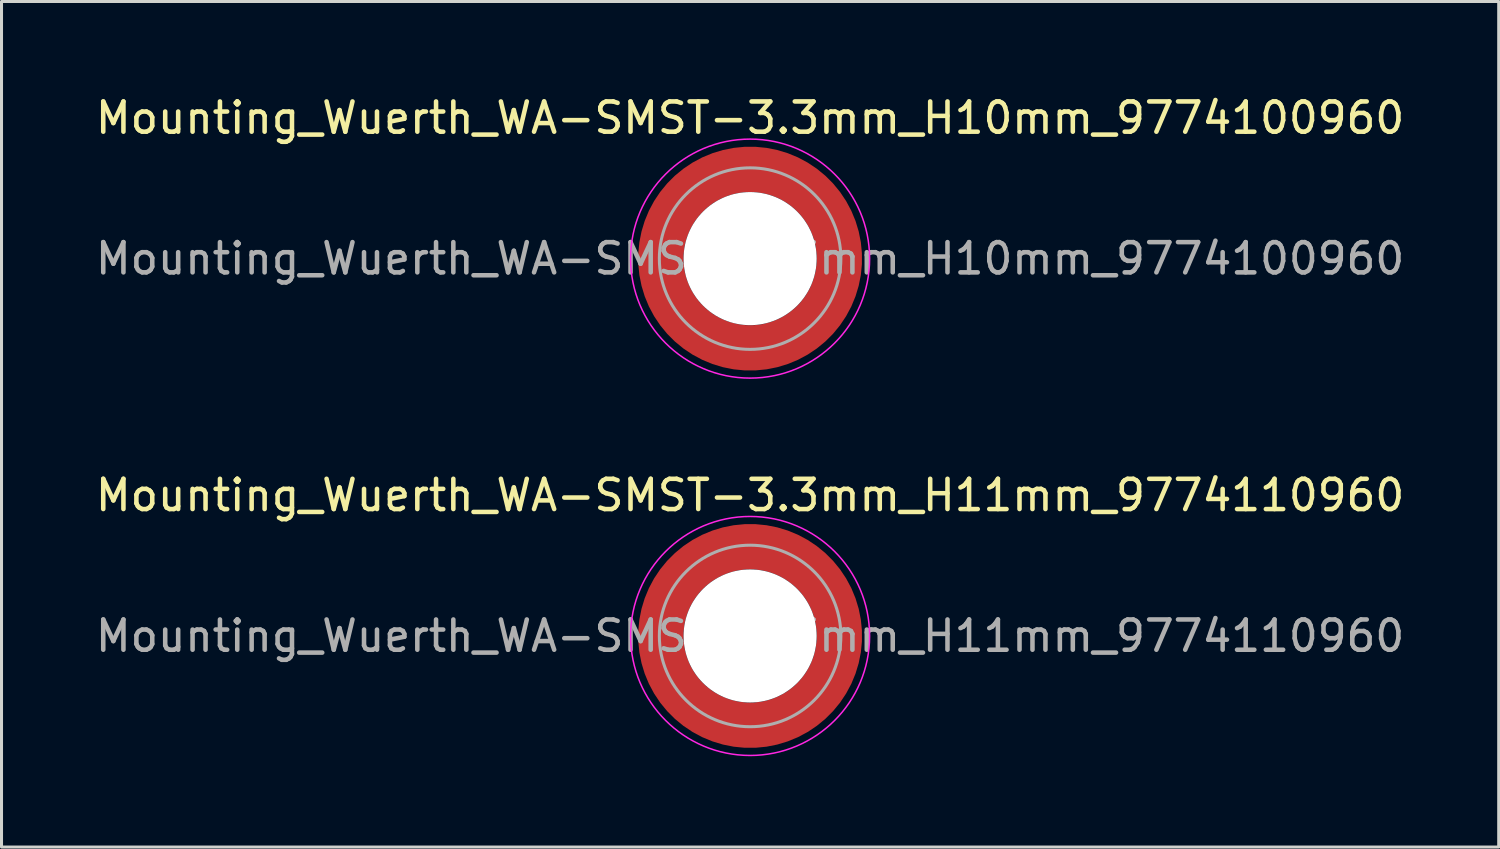
<source format=kicad_pcb>
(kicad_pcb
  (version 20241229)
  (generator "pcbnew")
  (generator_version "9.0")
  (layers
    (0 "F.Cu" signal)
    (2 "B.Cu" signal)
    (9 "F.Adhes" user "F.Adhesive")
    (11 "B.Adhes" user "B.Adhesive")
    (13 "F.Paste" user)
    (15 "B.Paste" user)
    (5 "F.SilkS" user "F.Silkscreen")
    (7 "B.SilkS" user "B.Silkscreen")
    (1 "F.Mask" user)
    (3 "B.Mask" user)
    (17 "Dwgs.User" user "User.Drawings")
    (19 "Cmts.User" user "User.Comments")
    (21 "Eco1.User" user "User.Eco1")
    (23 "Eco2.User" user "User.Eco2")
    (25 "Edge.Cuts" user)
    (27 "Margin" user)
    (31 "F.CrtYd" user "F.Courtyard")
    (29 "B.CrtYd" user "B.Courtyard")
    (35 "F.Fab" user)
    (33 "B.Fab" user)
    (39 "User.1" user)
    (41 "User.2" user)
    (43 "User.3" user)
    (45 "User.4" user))
  (footprint "Mounting_Wuerth_WA-SMST-3.3mm_H11mm_9774110960"
    (layer "F.Cu")
    (at 21.744 17.971)
    (property "Reference" "Mounting_Wuerth_WA-SMST-3.3mm_H11mm_9774110960" (at 0 -4.65 0) (layer "F.SilkS") (effects (font (size 1 1) (thickness 0.15))))
    (attr smd)
    (fp_circle (center 0 0) (end 3.95 0) (stroke (width 0.05) (type solid)) (fill no) (layer "F.CrtYd"))
    (fp_circle (center 0 0) (end 3 0) (stroke (width 0.1) (type solid)) (fill no) (layer "F.Fab"))
    (fp_text user "${REFERENCE}" (at 0 0 0) (layer "F.Fab") (effects (font (size 1 1) (thickness 0.15))))
    (pad "" smd custom (at -2.058 -2.058) (size 0.7 0.7) (layers "F.Paste") (options (anchor circle)) (primitives (gr_arc (start -0.377294 1.707681) (mid 0.317578 0.318817) (end 1.705947 -0.377044) (width 0.2)) (gr_arc (start -0.478281 1.707681) (mid 0.246161 0.248814) (end 1.703965 -0.477765) (width 0.2)) (gr_arc (start -0.579192 1.707681) (mid 0.175492 0.178063) (end 1.704077 -0.578711) (width 0.2)) (gr_arc (start -0.680037 1.707681) (mid 0.105568 0.106564) (end 1.706284 -0.679858) (width 0.2)) (gr_arc (start -0.780822 1.707681) (mid 0.034627 0.036085) (end 1.705634 -0.780569) (width 0.2)) (gr_arc (start -0.881554 1.707681) (mid -0.035694 -0.035016) (end 1.706729 -0.881441) (width 0.2)) (gr_arc (start -0.982237 1.707681) (mid -0.107281 -0.10485) (end 1.704266 -0.981843) (width 0.2)) (gr_arc (start -1.082877 1.707681) (mid -0.178372 -0.175181) (end 1.703197 -1.082374) (width 0.2)) (gr_arc (start -1.183476 1.707681) (mid -0.248964 -0.246008) (end 1.703525 -1.183025) (width 0.2)) (gr_arc (start -1.28404 1.707681) (mid -0.319062 -0.317334) (end 1.70525 -1.283784) (width 0.2)) (gr_line (start 1.708 -0.377) (end 1.708 -1.284) (width 0.2)) (gr_line (start -0.377 1.708) (end -1.284 1.708) (width 0.2))))
    (pad "" smd custom (at -2.058 2.058) (size 0.7 0.7) (layers "F.Paste") (options (anchor circle)) (primitives (gr_arc (start 1.707681 0.377294) (mid 0.318817 -0.317578) (end -0.377044 -1.705947) (width 0.2)) (gr_arc (start 1.707681 0.478281) (mid 0.248814 -0.246161) (end -0.477765 -1.703965) (width 0.2)) (gr_arc (start 1.707681 0.579192) (mid 0.178063 -0.175492) (end -0.578711 -1.704077) (width 0.2)) (gr_arc (start 1.707681 0.680037) (mid 0.106564 -0.105568) (end -0.679858 -1.706284) (width 0.2)) (gr_arc (start 1.707681 0.780822) (mid 0.036085 -0.034626) (end -0.780569 -1.705634) (width 0.2)) (gr_arc (start 1.707681 0.881554) (mid -0.035016 0.035694) (end -0.881441 -1.706729) (width 0.2)) (gr_arc (start 1.707681 0.982237) (mid -0.10485 0.107281) (end -0.981842 -1.704266) (width 0.2)) (gr_arc (start 1.707681 1.082877) (mid -0.175181 0.178372) (end -1.082374 -1.703197) (width 0.2)) (gr_arc (start 1.707681 1.183476) (mid -0.246008 0.248964) (end -1.183025 -1.703525) (width 0.2)) (gr_arc (start 1.707681 1.28404) (mid -0.317334 0.319062) (end -1.283784 -1.70525) (width 0.2)) (gr_line (start -0.377 -1.708) (end -1.284 -1.708) (width 0.2)) (gr_line (start 1.708 0.377) (end 1.708 1.284) (width 0.2))))
    (pad "" np_thru_hole circle (at 0 0) (size 4.4 4.4) (drill 4.4) (layers "*.Cu" "*.Mask"))
    (pad "" smd custom (at 2.058 -2.058) (size 0.7 0.7) (layers "F.Paste") (options (anchor circle)) (primitives (gr_arc (start -1.707681 -0.377294) (mid -0.318817 0.317579) (end 0.377044 1.705947) (width 0.2)) (gr_arc (start -1.707681 -0.478281) (mid -0.248814 0.246161) (end 0.477765 1.703965) (width 0.2)) (gr_arc (start -1.707681 -0.579192) (mid -0.178063 0.175492) (end 0.578711 1.704077) (width 0.2)) (gr_arc (start -1.707681 -0.680037) (mid -0.106564 0.105568) (end 0.679858 1.706284) (width 0.2)) (gr_arc (start -1.707681 -0.780822) (mid -0.036085 0.034627) (end 0.780569 1.705634) (width 0.2)) (gr_arc (start -1.707681 -0.881554) (mid 0.035016 -0.035694) (end 0.881441 1.706729) (width 0.2)) (gr_arc (start -1.707681 -0.982237) (mid 0.10485 -0.107281) (end 0.981843 1.704266) (width 0.2)) (gr_arc (start -1.707681 -1.082877) (mid 0.175181 -0.178372) (end 1.082374 1.703197) (width 0.2)) (gr_arc (start -1.707681 -1.183476) (mid 0.246008 -0.248964) (end 1.183025 1.703525) (width 0.2)) (gr_arc (start -1.707681 -1.28404) (mid 0.317333 -0.319062) (end 1.283784 1.70525) (width 0.2)) (gr_line (start 0.377 1.708) (end 1.284 1.708) (width 0.2)) (gr_line (start -1.708 -0.377) (end -1.708 -1.284) (width 0.2))))
    (pad "" smd custom (at 2.058 2.058) (size 0.7 0.7) (layers "F.Paste") (options (anchor circle)) (primitives (gr_arc (start 0.377294 -1.707681) (mid -0.317579 -0.318817) (end -1.705947 0.377044) (width 0.2)) (gr_arc (start 0.478281 -1.707681) (mid -0.246161 -0.248814) (end -1.703965 0.477765) (width 0.2)) (gr_arc (start 0.579192 -1.707681) (mid -0.175492 -0.178063) (end -1.704077 0.578711) (width 0.2)) (gr_arc (start 0.680037 -1.707681) (mid -0.105568 -0.106564) (end -1.706284 0.679858) (width 0.2)) (gr_arc (start 0.780822 -1.707681) (mid -0.034627 -0.036085) (end -1.705634 0.780569) (width 0.2)) (gr_arc (start 0.881554 -1.707681) (mid 0.035694 0.035016) (end -1.706729 0.881441) (width 0.2)) (gr_arc (start 0.982237 -1.707681) (mid 0.107281 0.10485) (end -1.704266 0.981843) (width 0.2)) (gr_arc (start 1.082877 -1.707681) (mid 0.178372 0.175181) (end -1.703197 1.082374) (width 0.2)) (gr_arc (start 1.183476 -1.707681) (mid 0.248964 0.246008) (end -1.703525 1.183025) (width 0.2)) (gr_arc (start 1.28404 -1.707681) (mid 0.319062 0.317333) (end -1.70525 1.283784) (width 0.2)) (gr_line (start -1.708 0.377) (end -1.708 1.284) (width 0.2)) (gr_line (start 0.377 -1.708) (end 1.284 -1.708) (width 0.2))))
    (pad "1" smd circle (at -2.95 0) (size 1.1 1.1) (layers "F.Cu"))
    (pad "1" smd circle (at 0 -2.95) (size 1.1 1.1) (layers "F.Cu"))
    (pad "1" smd circle (at 0 2.95) (size 1.1 1.1) (layers "F.Cu"))
    (pad "1" smd custom (at 2.95 0) (size 1.1 1.1) (layers "F.Cu" "F.Mask") (options (anchor circle)) (primitives (gr_circle (center -2.95 0) (end 0 0) (width 1.5) (fill no)))))
  (footprint "Mounting_Wuerth_WA-SMST-3.3mm_H10mm_9774100960"
    (layer "F.Cu")
    (at 21.744 5.498)
    (property "Reference" "Mounting_Wuerth_WA-SMST-3.3mm_H10mm_9774100960" (at 0 -4.65 0) (layer "F.SilkS") (effects (font (size 1 1) (thickness 0.15))))
    (attr smd)
    (fp_circle (center 0 0) (end 3.95 0) (stroke (width 0.05) (type solid)) (fill no) (layer "F.CrtYd"))
    (fp_circle (center 0 0) (end 3 0) (stroke (width 0.1) (type solid)) (fill no) (layer "F.Fab"))
    (fp_text user "${REFERENCE}" (at 0 0 0) (layer "F.Fab") (effects (font (size 1 1) (thickness 0.15))))
    (pad "" smd custom (at -2.058 -2.058) (size 0.7 0.7) (layers "F.Paste") (options (anchor circle)) (primitives (gr_arc (start -0.377294 1.707681) (mid 0.317578 0.318817) (end 1.705947 -0.377044) (width 0.2)) (gr_arc (start -0.478281 1.707681) (mid 0.246161 0.248814) (end 1.703965 -0.477765) (width 0.2)) (gr_arc (start -0.579192 1.707681) (mid 0.175492 0.178063) (end 1.704077 -0.578711) (width 0.2)) (gr_arc (start -0.680037 1.707681) (mid 0.105568 0.106564) (end 1.706284 -0.679858) (width 0.2)) (gr_arc (start -0.780822 1.707681) (mid 0.034627 0.036085) (end 1.705634 -0.780569) (width 0.2)) (gr_arc (start -0.881554 1.707681) (mid -0.035694 -0.035016) (end 1.706729 -0.881441) (width 0.2)) (gr_arc (start -0.982237 1.707681) (mid -0.107281 -0.10485) (end 1.704266 -0.981843) (width 0.2)) (gr_arc (start -1.082877 1.707681) (mid -0.178372 -0.175181) (end 1.703197 -1.082374) (width 0.2)) (gr_arc (start -1.183476 1.707681) (mid -0.248964 -0.246008) (end 1.703525 -1.183025) (width 0.2)) (gr_arc (start -1.28404 1.707681) (mid -0.319062 -0.317334) (end 1.70525 -1.283784) (width 0.2)) (gr_line (start 1.708 -0.377) (end 1.708 -1.284) (width 0.2)) (gr_line (start -0.377 1.708) (end -1.284 1.708) (width 0.2))))
    (pad "" smd custom (at -2.058 2.058) (size 0.7 0.7) (layers "F.Paste") (options (anchor circle)) (primitives (gr_arc (start 1.707681 0.377294) (mid 0.318817 -0.317578) (end -0.377044 -1.705947) (width 0.2)) (gr_arc (start 1.707681 0.478281) (mid 0.248814 -0.246161) (end -0.477765 -1.703965) (width 0.2)) (gr_arc (start 1.707681 0.579192) (mid 0.178063 -0.175492) (end -0.578711 -1.704077) (width 0.2)) (gr_arc (start 1.707681 0.680037) (mid 0.106564 -0.105568) (end -0.679858 -1.706284) (width 0.2)) (gr_arc (start 1.707681 0.780822) (mid 0.036085 -0.034626) (end -0.780569 -1.705634) (width 0.2)) (gr_arc (start 1.707681 0.881554) (mid -0.035016 0.035694) (end -0.881441 -1.706729) (width 0.2)) (gr_arc (start 1.707681 0.982237) (mid -0.10485 0.107281) (end -0.981842 -1.704266) (width 0.2)) (gr_arc (start 1.707681 1.082877) (mid -0.175181 0.178372) (end -1.082374 -1.703197) (width 0.2)) (gr_arc (start 1.707681 1.183476) (mid -0.246008 0.248964) (end -1.183025 -1.703525) (width 0.2)) (gr_arc (start 1.707681 1.28404) (mid -0.317334 0.319062) (end -1.283784 -1.70525) (width 0.2)) (gr_line (start -0.377 -1.708) (end -1.284 -1.708) (width 0.2)) (gr_line (start 1.708 0.377) (end 1.708 1.284) (width 0.2))))
    (pad "" np_thru_hole circle (at 0 0) (size 4.4 4.4) (drill 4.4) (layers "*.Cu" "*.Mask"))
    (pad "" smd custom (at 2.058 -2.058) (size 0.7 0.7) (layers "F.Paste") (options (anchor circle)) (primitives (gr_arc (start -1.707681 -0.377294) (mid -0.318817 0.317579) (end 0.377044 1.705947) (width 0.2)) (gr_arc (start -1.707681 -0.478281) (mid -0.248814 0.246161) (end 0.477765 1.703965) (width 0.2)) (gr_arc (start -1.707681 -0.579192) (mid -0.178063 0.175492) (end 0.578711 1.704077) (width 0.2)) (gr_arc (start -1.707681 -0.680037) (mid -0.106564 0.105568) (end 0.679858 1.706284) (width 0.2)) (gr_arc (start -1.707681 -0.780822) (mid -0.036085 0.034627) (end 0.780569 1.705634) (width 0.2)) (gr_arc (start -1.707681 -0.881554) (mid 0.035016 -0.035694) (end 0.881441 1.706729) (width 0.2)) (gr_arc (start -1.707681 -0.982237) (mid 0.10485 -0.107281) (end 0.981843 1.704266) (width 0.2)) (gr_arc (start -1.707681 -1.082877) (mid 0.175181 -0.178372) (end 1.082374 1.703197) (width 0.2)) (gr_arc (start -1.707681 -1.183476) (mid 0.246008 -0.248964) (end 1.183025 1.703525) (width 0.2)) (gr_arc (start -1.707681 -1.28404) (mid 0.317333 -0.319062) (end 1.283784 1.70525) (width 0.2)) (gr_line (start 0.377 1.708) (end 1.284 1.708) (width 0.2)) (gr_line (start -1.708 -0.377) (end -1.708 -1.284) (width 0.2))))
    (pad "" smd custom (at 2.058 2.058) (size 0.7 0.7) (layers "F.Paste") (options (anchor circle)) (primitives (gr_arc (start 0.377294 -1.707681) (mid -0.317579 -0.318817) (end -1.705947 0.377044) (width 0.2)) (gr_arc (start 0.478281 -1.707681) (mid -0.246161 -0.248814) (end -1.703965 0.477765) (width 0.2)) (gr_arc (start 0.579192 -1.707681) (mid -0.175492 -0.178063) (end -1.704077 0.578711) (width 0.2)) (gr_arc (start 0.680037 -1.707681) (mid -0.105568 -0.106564) (end -1.706284 0.679858) (width 0.2)) (gr_arc (start 0.780822 -1.707681) (mid -0.034627 -0.036085) (end -1.705634 0.780569) (width 0.2)) (gr_arc (start 0.881554 -1.707681) (mid 0.035694 0.035016) (end -1.706729 0.881441) (width 0.2)) (gr_arc (start 0.982237 -1.707681) (mid 0.107281 0.10485) (end -1.704266 0.981843) (width 0.2)) (gr_arc (start 1.082877 -1.707681) (mid 0.178372 0.175181) (end -1.703197 1.082374) (width 0.2)) (gr_arc (start 1.183476 -1.707681) (mid 0.248964 0.246008) (end -1.703525 1.183025) (width 0.2)) (gr_arc (start 1.28404 -1.707681) (mid 0.319062 0.317333) (end -1.70525 1.283784) (width 0.2)) (gr_line (start -1.708 0.377) (end -1.708 1.284) (width 0.2)) (gr_line (start 0.377 -1.708) (end 1.284 -1.708) (width 0.2))))
    (pad "1" smd circle (at -2.95 0) (size 1.1 1.1) (layers "F.Cu"))
    (pad "1" smd circle (at 0 -2.95) (size 1.1 1.1) (layers "F.Cu"))
    (pad "1" smd circle (at 0 2.95) (size 1.1 1.1) (layers "F.Cu"))
    (pad "1" smd custom (at 2.95 0) (size 1.1 1.1) (layers "F.Cu" "F.Mask") (options (anchor circle)) (primitives (gr_circle (center -2.95 0) (end 0 0) (width 1.5) (fill no)))))
  (gr_rect
    (start -3 -3)
    (end 46.488 24.947)
    (stroke (width 0.1) (type default))
    (fill no)
    (layer "Edge.Cuts")))
</source>
